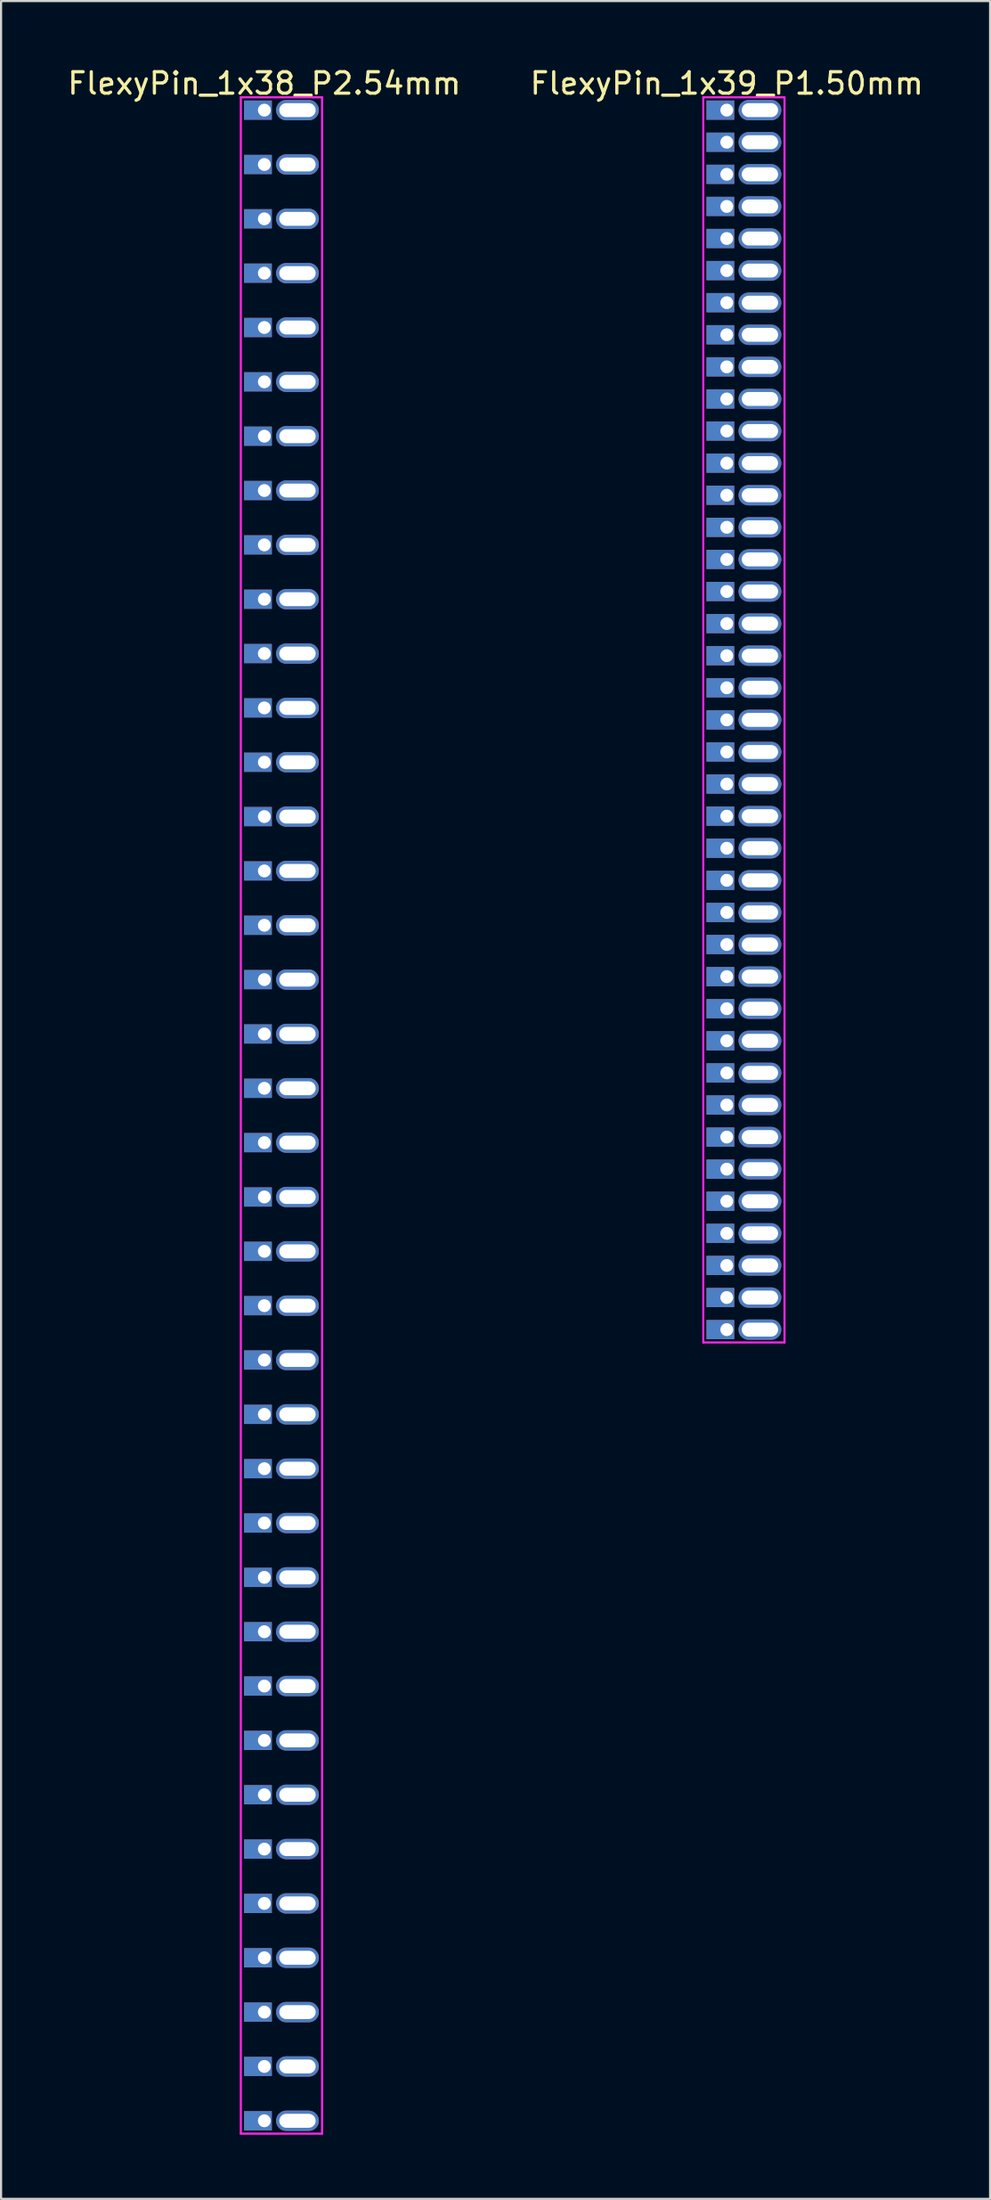
<source format=kicad_pcb>
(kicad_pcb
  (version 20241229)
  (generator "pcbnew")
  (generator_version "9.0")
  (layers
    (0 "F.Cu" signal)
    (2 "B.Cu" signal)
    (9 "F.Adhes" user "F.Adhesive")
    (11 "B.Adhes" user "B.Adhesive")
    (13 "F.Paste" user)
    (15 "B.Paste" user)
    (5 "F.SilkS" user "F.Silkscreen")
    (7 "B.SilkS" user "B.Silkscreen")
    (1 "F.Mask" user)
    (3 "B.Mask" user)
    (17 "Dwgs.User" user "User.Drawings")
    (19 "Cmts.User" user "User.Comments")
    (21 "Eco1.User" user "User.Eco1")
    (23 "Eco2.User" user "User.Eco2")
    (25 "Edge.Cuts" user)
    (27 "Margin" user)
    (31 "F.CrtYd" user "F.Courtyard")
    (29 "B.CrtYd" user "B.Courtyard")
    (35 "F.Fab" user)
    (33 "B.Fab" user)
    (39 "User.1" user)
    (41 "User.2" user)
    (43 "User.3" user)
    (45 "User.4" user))
  (footprint "FlexyPin_1x39_P1.50mm"
    (layer "F.Cu")
    (at 30.946 2.098)
    (property "Reference" "FlexyPin_1x39_P1.50mm" (at 0 -1.25 0) (layer "F.SilkS") (effects (font (size 1 1) (thickness 0.15))))
    (attr through_hole)
    (fp_line (start -1.1 -0.6) (end 2.7 -0.6) (stroke (width 0.1) (type solid)) (layer "F.CrtYd"))
    (fp_line (start -1.1 57.6) (end -1.1 -0.6) (stroke (width 0.1) (type solid)) (layer "F.CrtYd"))
    (fp_line (start 2.7 -0.6) (end 2.7 57.6) (stroke (width 0.1) (type solid)) (layer "F.CrtYd"))
    (fp_line (start 2.7 57.6) (end -1.1 57.6) (stroke (width 0.1) (type solid)) (layer "F.CrtYd"))
    (pad "" thru_hole oval (at 1.55 0) (size 2 0.95) (drill oval 1.7 0.65) (layers "*.Cu" "*.Mask"))
    (pad "" thru_hole oval (at 1.55 1.5) (size 2 0.95) (drill oval 1.7 0.65) (layers "*.Cu" "*.Mask"))
    (pad "" thru_hole oval (at 1.55 3) (size 2 0.95) (drill oval 1.7 0.65) (layers "*.Cu" "*.Mask"))
    (pad "" thru_hole oval (at 1.55 4.5) (size 2 0.95) (drill oval 1.7 0.65) (layers "*.Cu" "*.Mask"))
    (pad "" thru_hole oval (at 1.55 6) (size 2 0.95) (drill oval 1.7 0.65) (layers "*.Cu" "*.Mask"))
    (pad "" thru_hole oval (at 1.55 7.5) (size 2 0.95) (drill oval 1.7 0.65) (layers "*.Cu" "*.Mask"))
    (pad "" thru_hole oval (at 1.55 9) (size 2 0.95) (drill oval 1.7 0.65) (layers "*.Cu" "*.Mask"))
    (pad "" thru_hole oval (at 1.55 10.5) (size 2 0.95) (drill oval 1.7 0.65) (layers "*.Cu" "*.Mask"))
    (pad "" thru_hole oval (at 1.55 12) (size 2 0.95) (drill oval 1.7 0.65) (layers "*.Cu" "*.Mask"))
    (pad "" thru_hole oval (at 1.55 13.5) (size 2 0.95) (drill oval 1.7 0.65) (layers "*.Cu" "*.Mask"))
    (pad "" thru_hole oval (at 1.55 15) (size 2 0.95) (drill oval 1.7 0.65) (layers "*.Cu" "*.Mask"))
    (pad "" thru_hole oval (at 1.55 16.5) (size 2 0.95) (drill oval 1.7 0.65) (layers "*.Cu" "*.Mask"))
    (pad "" thru_hole oval (at 1.55 18) (size 2 0.95) (drill oval 1.7 0.65) (layers "*.Cu" "*.Mask"))
    (pad "" thru_hole oval (at 1.55 19.5) (size 2 0.95) (drill oval 1.7 0.65) (layers "*.Cu" "*.Mask"))
    (pad "" thru_hole oval (at 1.55 21) (size 2 0.95) (drill oval 1.7 0.65) (layers "*.Cu" "*.Mask"))
    (pad "" thru_hole oval (at 1.55 22.5) (size 2 0.95) (drill oval 1.7 0.65) (layers "*.Cu" "*.Mask"))
    (pad "" thru_hole oval (at 1.55 24) (size 2 0.95) (drill oval 1.7 0.65) (layers "*.Cu" "*.Mask"))
    (pad "" thru_hole oval (at 1.55 25.5) (size 2 0.95) (drill oval 1.7 0.65) (layers "*.Cu" "*.Mask"))
    (pad "" thru_hole oval (at 1.55 27) (size 2 0.95) (drill oval 1.7 0.65) (layers "*.Cu" "*.Mask"))
    (pad "" thru_hole oval (at 1.55 28.5) (size 2 0.95) (drill oval 1.7 0.65) (layers "*.Cu" "*.Mask"))
    (pad "" thru_hole oval (at 1.55 30) (size 2 0.95) (drill oval 1.7 0.65) (layers "*.Cu" "*.Mask"))
    (pad "" thru_hole oval (at 1.55 31.5) (size 2 0.95) (drill oval 1.7 0.65) (layers "*.Cu" "*.Mask"))
    (pad "" thru_hole oval (at 1.55 33) (size 2 0.95) (drill oval 1.7 0.65) (layers "*.Cu" "*.Mask"))
    (pad "" thru_hole oval (at 1.55 34.5) (size 2 0.95) (drill oval 1.7 0.65) (layers "*.Cu" "*.Mask"))
    (pad "" thru_hole oval (at 1.55 36) (size 2 0.95) (drill oval 1.7 0.65) (layers "*.Cu" "*.Mask"))
    (pad "" thru_hole oval (at 1.55 37.5) (size 2 0.95) (drill oval 1.7 0.65) (layers "*.Cu" "*.Mask"))
    (pad "" thru_hole oval (at 1.55 39) (size 2 0.95) (drill oval 1.7 0.65) (layers "*.Cu" "*.Mask"))
    (pad "" thru_hole oval (at 1.55 40.5) (size 2 0.95) (drill oval 1.7 0.65) (layers "*.Cu" "*.Mask"))
    (pad "" thru_hole oval (at 1.55 42) (size 2 0.95) (drill oval 1.7 0.65) (layers "*.Cu" "*.Mask"))
    (pad "" thru_hole oval (at 1.55 43.5) (size 2 0.95) (drill oval 1.7 0.65) (layers "*.Cu" "*.Mask"))
    (pad "" thru_hole oval (at 1.55 45) (size 2 0.95) (drill oval 1.7 0.65) (layers "*.Cu" "*.Mask"))
    (pad "" thru_hole oval (at 1.55 46.5) (size 2 0.95) (drill oval 1.7 0.65) (layers "*.Cu" "*.Mask"))
    (pad "" thru_hole oval (at 1.55 48) (size 2 0.95) (drill oval 1.7 0.65) (layers "*.Cu" "*.Mask"))
    (pad "" thru_hole oval (at 1.55 49.5) (size 2 0.95) (drill oval 1.7 0.65) (layers "*.Cu" "*.Mask"))
    (pad "" thru_hole oval (at 1.55 51) (size 2 0.95) (drill oval 1.7 0.65) (layers "*.Cu" "*.Mask"))
    (pad "" thru_hole oval (at 1.55 52.5) (size 2 0.95) (drill oval 1.7 0.65) (layers "*.Cu" "*.Mask"))
    (pad "" thru_hole oval (at 1.55 54) (size 2 0.95) (drill oval 1.7 0.65) (layers "*.Cu" "*.Mask"))
    (pad "" thru_hole oval (at 1.55 55.5) (size 2 0.95) (drill oval 1.7 0.65) (layers "*.Cu" "*.Mask"))
    (pad "" thru_hole oval (at 1.55 57) (size 2 0.95) (drill oval 1.7 0.65) (layers "*.Cu" "*.Mask"))
    (pad "1" thru_hole rect (at 0 0) (size 1.3 0.9) (drill 0.6 (offset -0.3 0)) (layers "*.Cu" "*.Mask"))
    (pad "2" thru_hole rect (at 0 1.5) (size 1.3 0.9) (drill 0.6 (offset -0.3 0)) (layers "*.Cu" "*.Mask"))
    (pad "3" thru_hole rect (at 0 3) (size 1.3 0.9) (drill 0.6 (offset -0.3 0)) (layers "*.Cu" "*.Mask"))
    (pad "4" thru_hole rect (at 0 4.5) (size 1.3 0.9) (drill 0.6 (offset -0.3 0)) (layers "*.Cu" "*.Mask"))
    (pad "5" thru_hole rect (at 0 6) (size 1.3 0.9) (drill 0.6 (offset -0.3 0)) (layers "*.Cu" "*.Mask"))
    (pad "6" thru_hole rect (at 0 7.5) (size 1.3 0.9) (drill 0.6 (offset -0.3 0)) (layers "*.Cu" "*.Mask"))
    (pad "7" thru_hole rect (at 0 9) (size 1.3 0.9) (drill 0.6 (offset -0.3 0)) (layers "*.Cu" "*.Mask"))
    (pad "8" thru_hole rect (at 0 10.5) (size 1.3 0.9) (drill 0.6 (offset -0.3 0)) (layers "*.Cu" "*.Mask"))
    (pad "9" thru_hole rect (at 0 12) (size 1.3 0.9) (drill 0.6 (offset -0.3 0)) (layers "*.Cu" "*.Mask"))
    (pad "10" thru_hole rect (at 0 13.5) (size 1.3 0.9) (drill 0.6 (offset -0.3 0)) (layers "*.Cu" "*.Mask"))
    (pad "11" thru_hole rect (at 0 15) (size 1.3 0.9) (drill 0.6 (offset -0.3 0)) (layers "*.Cu" "*.Mask"))
    (pad "12" thru_hole rect (at 0 16.5) (size 1.3 0.9) (drill 0.6 (offset -0.3 0)) (layers "*.Cu" "*.Mask"))
    (pad "13" thru_hole rect (at 0 18) (size 1.3 0.9) (drill 0.6 (offset -0.3 0)) (layers "*.Cu" "*.Mask"))
    (pad "14" thru_hole rect (at 0 19.5) (size 1.3 0.9) (drill 0.6 (offset -0.3 0)) (layers "*.Cu" "*.Mask"))
    (pad "15" thru_hole rect (at 0 21) (size 1.3 0.9) (drill 0.6 (offset -0.3 0)) (layers "*.Cu" "*.Mask"))
    (pad "16" thru_hole rect (at 0 22.5) (size 1.3 0.9) (drill 0.6 (offset -0.3 0)) (layers "*.Cu" "*.Mask"))
    (pad "17" thru_hole rect (at 0 24) (size 1.3 0.9) (drill 0.6 (offset -0.3 0)) (layers "*.Cu" "*.Mask"))
    (pad "18" thru_hole rect (at 0 25.5) (size 1.3 0.9) (drill 0.6 (offset -0.3 0)) (layers "*.Cu" "*.Mask"))
    (pad "19" thru_hole rect (at 0 27) (size 1.3 0.9) (drill 0.6 (offset -0.3 0)) (layers "*.Cu" "*.Mask"))
    (pad "20" thru_hole rect (at 0 28.5) (size 1.3 0.9) (drill 0.6 (offset -0.3 0)) (layers "*.Cu" "*.Mask"))
    (pad "21" thru_hole rect (at 0 30) (size 1.3 0.9) (drill 0.6 (offset -0.3 0)) (layers "*.Cu" "*.Mask"))
    (pad "22" thru_hole rect (at 0 31.5) (size 1.3 0.9) (drill 0.6 (offset -0.3 0)) (layers "*.Cu" "*.Mask"))
    (pad "23" thru_hole rect (at 0 33) (size 1.3 0.9) (drill 0.6 (offset -0.3 0)) (layers "*.Cu" "*.Mask"))
    (pad "24" thru_hole rect (at 0 34.5) (size 1.3 0.9) (drill 0.6 (offset -0.3 0)) (layers "*.Cu" "*.Mask"))
    (pad "25" thru_hole rect (at 0 36) (size 1.3 0.9) (drill 0.6 (offset -0.3 0)) (layers "*.Cu" "*.Mask"))
    (pad "26" thru_hole rect (at 0 37.5) (size 1.3 0.9) (drill 0.6 (offset -0.3 0)) (layers "*.Cu" "*.Mask"))
    (pad "27" thru_hole rect (at 0 39) (size 1.3 0.9) (drill 0.6 (offset -0.3 0)) (layers "*.Cu" "*.Mask"))
    (pad "28" thru_hole rect (at 0 40.5) (size 1.3 0.9) (drill 0.6 (offset -0.3 0)) (layers "*.Cu" "*.Mask"))
    (pad "29" thru_hole rect (at 0 42) (size 1.3 0.9) (drill 0.6 (offset -0.3 0)) (layers "*.Cu" "*.Mask"))
    (pad "30" thru_hole rect (at 0 43.5) (size 1.3 0.9) (drill 0.6 (offset -0.3 0)) (layers "*.Cu" "*.Mask"))
    (pad "31" thru_hole rect (at 0 45) (size 1.3 0.9) (drill 0.6 (offset -0.3 0)) (layers "*.Cu" "*.Mask"))
    (pad "32" thru_hole rect (at 0 46.5) (size 1.3 0.9) (drill 0.6 (offset -0.3 0)) (layers "*.Cu" "*.Mask"))
    (pad "33" thru_hole rect (at 0 48) (size 1.3 0.9) (drill 0.6 (offset -0.3 0)) (layers "*.Cu" "*.Mask"))
    (pad "34" thru_hole rect (at 0 49.5) (size 1.3 0.9) (drill 0.6 (offset -0.3 0)) (layers "*.Cu" "*.Mask"))
    (pad "35" thru_hole rect (at 0 51) (size 1.3 0.9) (drill 0.6 (offset -0.3 0)) (layers "*.Cu" "*.Mask"))
    (pad "36" thru_hole rect (at 0 52.5) (size 1.3 0.9) (drill 0.6 (offset -0.3 0)) (layers "*.Cu" "*.Mask"))
    (pad "37" thru_hole rect (at 0 54) (size 1.3 0.9) (drill 0.6 (offset -0.3 0)) (layers "*.Cu" "*.Mask"))
    (pad "38" thru_hole rect (at 0 55.5) (size 1.3 0.9) (drill 0.6 (offset -0.3 0)) (layers "*.Cu" "*.Mask"))
    (pad "39" thru_hole rect (at 0 57) (size 1.3 0.9) (drill 0.6 (offset -0.3 0)) (layers "*.Cu" "*.Mask")))
  (footprint "FlexyPin_1x38_P2.54mm"
    (layer "F.Cu")
    (at 9.315 2.098)
    (property "Reference" "FlexyPin_1x38_P2.54mm" (at 0 -1.25 0) (layer "F.SilkS") (effects (font (size 1 1) (thickness 0.15))))
    (attr through_hole)
    (fp_line (start -1.1 -0.6) (end 2.7 -0.6) (stroke (width 0.1) (type solid)) (layer "F.CrtYd"))
    (fp_line (start -1.1 94.58) (end -1.1 -0.6) (stroke (width 0.1) (type solid)) (layer "F.CrtYd"))
    (fp_line (start 2.7 -0.6) (end 2.7 94.58) (stroke (width 0.1) (type solid)) (layer "F.CrtYd"))
    (fp_line (start 2.7 94.58) (end -1.1 94.58) (stroke (width 0.1) (type solid)) (layer "F.CrtYd"))
    (pad "" thru_hole oval (at 1.55 0) (size 2 0.95) (drill oval 1.7 0.65) (layers "*.Cu" "*.Mask"))
    (pad "" thru_hole oval (at 1.55 2.54) (size 2 0.95) (drill oval 1.7 0.65) (layers "*.Cu" "*.Mask"))
    (pad "" thru_hole oval (at 1.55 5.08) (size 2 0.95) (drill oval 1.7 0.65) (layers "*.Cu" "*.Mask"))
    (pad "" thru_hole oval (at 1.55 7.62) (size 2 0.95) (drill oval 1.7 0.65) (layers "*.Cu" "*.Mask"))
    (pad "" thru_hole oval (at 1.55 10.16) (size 2 0.95) (drill oval 1.7 0.65) (layers "*.Cu" "*.Mask"))
    (pad "" thru_hole oval (at 1.55 12.7) (size 2 0.95) (drill oval 1.7 0.65) (layers "*.Cu" "*.Mask"))
    (pad "" thru_hole oval (at 1.55 15.24) (size 2 0.95) (drill oval 1.7 0.65) (layers "*.Cu" "*.Mask"))
    (pad "" thru_hole oval (at 1.55 17.78) (size 2 0.95) (drill oval 1.7 0.65) (layers "*.Cu" "*.Mask"))
    (pad "" thru_hole oval (at 1.55 20.32) (size 2 0.95) (drill oval 1.7 0.65) (layers "*.Cu" "*.Mask"))
    (pad "" thru_hole oval (at 1.55 22.86) (size 2 0.95) (drill oval 1.7 0.65) (layers "*.Cu" "*.Mask"))
    (pad "" thru_hole oval (at 1.55 25.4) (size 2 0.95) (drill oval 1.7 0.65) (layers "*.Cu" "*.Mask"))
    (pad "" thru_hole oval (at 1.55 27.94) (size 2 0.95) (drill oval 1.7 0.65) (layers "*.Cu" "*.Mask"))
    (pad "" thru_hole oval (at 1.55 30.48) (size 2 0.95) (drill oval 1.7 0.65) (layers "*.Cu" "*.Mask"))
    (pad "" thru_hole oval (at 1.55 33.02) (size 2 0.95) (drill oval 1.7 0.65) (layers "*.Cu" "*.Mask"))
    (pad "" thru_hole oval (at 1.55 35.56) (size 2 0.95) (drill oval 1.7 0.65) (layers "*.Cu" "*.Mask"))
    (pad "" thru_hole oval (at 1.55 38.1) (size 2 0.95) (drill oval 1.7 0.65) (layers "*.Cu" "*.Mask"))
    (pad "" thru_hole oval (at 1.55 40.64) (size 2 0.95) (drill oval 1.7 0.65) (layers "*.Cu" "*.Mask"))
    (pad "" thru_hole oval (at 1.55 43.18) (size 2 0.95) (drill oval 1.7 0.65) (layers "*.Cu" "*.Mask"))
    (pad "" thru_hole oval (at 1.55 45.72) (size 2 0.95) (drill oval 1.7 0.65) (layers "*.Cu" "*.Mask"))
    (pad "" thru_hole oval (at 1.55 48.26) (size 2 0.95) (drill oval 1.7 0.65) (layers "*.Cu" "*.Mask"))
    (pad "" thru_hole oval (at 1.55 50.8) (size 2 0.95) (drill oval 1.7 0.65) (layers "*.Cu" "*.Mask"))
    (pad "" thru_hole oval (at 1.55 53.34) (size 2 0.95) (drill oval 1.7 0.65) (layers "*.Cu" "*.Mask"))
    (pad "" thru_hole oval (at 1.55 55.88) (size 2 0.95) (drill oval 1.7 0.65) (layers "*.Cu" "*.Mask"))
    (pad "" thru_hole oval (at 1.55 58.42) (size 2 0.95) (drill oval 1.7 0.65) (layers "*.Cu" "*.Mask"))
    (pad "" thru_hole oval (at 1.55 60.96) (size 2 0.95) (drill oval 1.7 0.65) (layers "*.Cu" "*.Mask"))
    (pad "" thru_hole oval (at 1.55 63.5) (size 2 0.95) (drill oval 1.7 0.65) (layers "*.Cu" "*.Mask"))
    (pad "" thru_hole oval (at 1.55 66.04) (size 2 0.95) (drill oval 1.7 0.65) (layers "*.Cu" "*.Mask"))
    (pad "" thru_hole oval (at 1.55 68.58) (size 2 0.95) (drill oval 1.7 0.65) (layers "*.Cu" "*.Mask"))
    (pad "" thru_hole oval (at 1.55 71.12) (size 2 0.95) (drill oval 1.7 0.65) (layers "*.Cu" "*.Mask"))
    (pad "" thru_hole oval (at 1.55 73.66) (size 2 0.95) (drill oval 1.7 0.65) (layers "*.Cu" "*.Mask"))
    (pad "" thru_hole oval (at 1.55 76.2) (size 2 0.95) (drill oval 1.7 0.65) (layers "*.Cu" "*.Mask"))
    (pad "" thru_hole oval (at 1.55 78.74) (size 2 0.95) (drill oval 1.7 0.65) (layers "*.Cu" "*.Mask"))
    (pad "" thru_hole oval (at 1.55 81.28) (size 2 0.95) (drill oval 1.7 0.65) (layers "*.Cu" "*.Mask"))
    (pad "" thru_hole oval (at 1.55 83.82) (size 2 0.95) (drill oval 1.7 0.65) (layers "*.Cu" "*.Mask"))
    (pad "" thru_hole oval (at 1.55 86.36) (size 2 0.95) (drill oval 1.7 0.65) (layers "*.Cu" "*.Mask"))
    (pad "" thru_hole oval (at 1.55 88.9) (size 2 0.95) (drill oval 1.7 0.65) (layers "*.Cu" "*.Mask"))
    (pad "" thru_hole oval (at 1.55 91.44) (size 2 0.95) (drill oval 1.7 0.65) (layers "*.Cu" "*.Mask"))
    (pad "" thru_hole oval (at 1.55 93.98) (size 2 0.95) (drill oval 1.7 0.65) (layers "*.Cu" "*.Mask"))
    (pad "1" thru_hole rect (at 0 0) (size 1.3 0.9) (drill 0.6 (offset -0.3 0)) (layers "*.Cu" "*.Mask"))
    (pad "2" thru_hole rect (at 0 2.54) (size 1.3 0.9) (drill 0.6 (offset -0.3 0)) (layers "*.Cu" "*.Mask"))
    (pad "3" thru_hole rect (at 0 5.08) (size 1.3 0.9) (drill 0.6 (offset -0.3 0)) (layers "*.Cu" "*.Mask"))
    (pad "4" thru_hole rect (at 0 7.62) (size 1.3 0.9) (drill 0.6 (offset -0.3 0)) (layers "*.Cu" "*.Mask"))
    (pad "5" thru_hole rect (at 0 10.16) (size 1.3 0.9) (drill 0.6 (offset -0.3 0)) (layers "*.Cu" "*.Mask"))
    (pad "6" thru_hole rect (at 0 12.7) (size 1.3 0.9) (drill 0.6 (offset -0.3 0)) (layers "*.Cu" "*.Mask"))
    (pad "7" thru_hole rect (at 0 15.24) (size 1.3 0.9) (drill 0.6 (offset -0.3 0)) (layers "*.Cu" "*.Mask"))
    (pad "8" thru_hole rect (at 0 17.78) (size 1.3 0.9) (drill 0.6 (offset -0.3 0)) (layers "*.Cu" "*.Mask"))
    (pad "9" thru_hole rect (at 0 20.32) (size 1.3 0.9) (drill 0.6 (offset -0.3 0)) (layers "*.Cu" "*.Mask"))
    (pad "10" thru_hole rect (at 0 22.86) (size 1.3 0.9) (drill 0.6 (offset -0.3 0)) (layers "*.Cu" "*.Mask"))
    (pad "11" thru_hole rect (at 0 25.4) (size 1.3 0.9) (drill 0.6 (offset -0.3 0)) (layers "*.Cu" "*.Mask"))
    (pad "12" thru_hole rect (at 0 27.94) (size 1.3 0.9) (drill 0.6 (offset -0.3 0)) (layers "*.Cu" "*.Mask"))
    (pad "13" thru_hole rect (at 0 30.48) (size 1.3 0.9) (drill 0.6 (offset -0.3 0)) (layers "*.Cu" "*.Mask"))
    (pad "14" thru_hole rect (at 0 33.02) (size 1.3 0.9) (drill 0.6 (offset -0.3 0)) (layers "*.Cu" "*.Mask"))
    (pad "15" thru_hole rect (at 0 35.56) (size 1.3 0.9) (drill 0.6 (offset -0.3 0)) (layers "*.Cu" "*.Mask"))
    (pad "16" thru_hole rect (at 0 38.1) (size 1.3 0.9) (drill 0.6 (offset -0.3 0)) (layers "*.Cu" "*.Mask"))
    (pad "17" thru_hole rect (at 0 40.64) (size 1.3 0.9) (drill 0.6 (offset -0.3 0)) (layers "*.Cu" "*.Mask"))
    (pad "18" thru_hole rect (at 0 43.18) (size 1.3 0.9) (drill 0.6 (offset -0.3 0)) (layers "*.Cu" "*.Mask"))
    (pad "19" thru_hole rect (at 0 45.72) (size 1.3 0.9) (drill 0.6 (offset -0.3 0)) (layers "*.Cu" "*.Mask"))
    (pad "20" thru_hole rect (at 0 48.26) (size 1.3 0.9) (drill 0.6 (offset -0.3 0)) (layers "*.Cu" "*.Mask"))
    (pad "21" thru_hole rect (at 0 50.8) (size 1.3 0.9) (drill 0.6 (offset -0.3 0)) (layers "*.Cu" "*.Mask"))
    (pad "22" thru_hole rect (at 0 53.34) (size 1.3 0.9) (drill 0.6 (offset -0.3 0)) (layers "*.Cu" "*.Mask"))
    (pad "23" thru_hole rect (at 0 55.88) (size 1.3 0.9) (drill 0.6 (offset -0.3 0)) (layers "*.Cu" "*.Mask"))
    (pad "24" thru_hole rect (at 0 58.42) (size 1.3 0.9) (drill 0.6 (offset -0.3 0)) (layers "*.Cu" "*.Mask"))
    (pad "25" thru_hole rect (at 0 60.96) (size 1.3 0.9) (drill 0.6 (offset -0.3 0)) (layers "*.Cu" "*.Mask"))
    (pad "26" thru_hole rect (at 0 63.5) (size 1.3 0.9) (drill 0.6 (offset -0.3 0)) (layers "*.Cu" "*.Mask"))
    (pad "27" thru_hole rect (at 0 66.04) (size 1.3 0.9) (drill 0.6 (offset -0.3 0)) (layers "*.Cu" "*.Mask"))
    (pad "28" thru_hole rect (at 0 68.58) (size 1.3 0.9) (drill 0.6 (offset -0.3 0)) (layers "*.Cu" "*.Mask"))
    (pad "29" thru_hole rect (at 0 71.12) (size 1.3 0.9) (drill 0.6 (offset -0.3 0)) (layers "*.Cu" "*.Mask"))
    (pad "30" thru_hole rect (at 0 73.66) (size 1.3 0.9) (drill 0.6 (offset -0.3 0)) (layers "*.Cu" "*.Mask"))
    (pad "31" thru_hole rect (at 0 76.2) (size 1.3 0.9) (drill 0.6 (offset -0.3 0)) (layers "*.Cu" "*.Mask"))
    (pad "32" thru_hole rect (at 0 78.74) (size 1.3 0.9) (drill 0.6 (offset -0.3 0)) (layers "*.Cu" "*.Mask"))
    (pad "33" thru_hole rect (at 0 81.28) (size 1.3 0.9) (drill 0.6 (offset -0.3 0)) (layers "*.Cu" "*.Mask"))
    (pad "34" thru_hole rect (at 0 83.82) (size 1.3 0.9) (drill 0.6 (offset -0.3 0)) (layers "*.Cu" "*.Mask"))
    (pad "35" thru_hole rect (at 0 86.36) (size 1.3 0.9) (drill 0.6 (offset -0.3 0)) (layers "*.Cu" "*.Mask"))
    (pad "36" thru_hole rect (at 0 88.9) (size 1.3 0.9) (drill 0.6 (offset -0.3 0)) (layers "*.Cu" "*.Mask"))
    (pad "37" thru_hole rect (at 0 91.44) (size 1.3 0.9) (drill 0.6 (offset -0.3 0)) (layers "*.Cu" "*.Mask"))
    (pad "38" thru_hole rect (at 0 93.98) (size 1.3 0.9) (drill 0.6 (offset -0.3 0)) (layers "*.Cu" "*.Mask")))
  (gr_rect
    (start -3 -3)
    (end 43.262 99.728)
    (stroke (width 0.1) (type default))
    (fill no)
    (layer "Edge.Cuts")))
</source>
